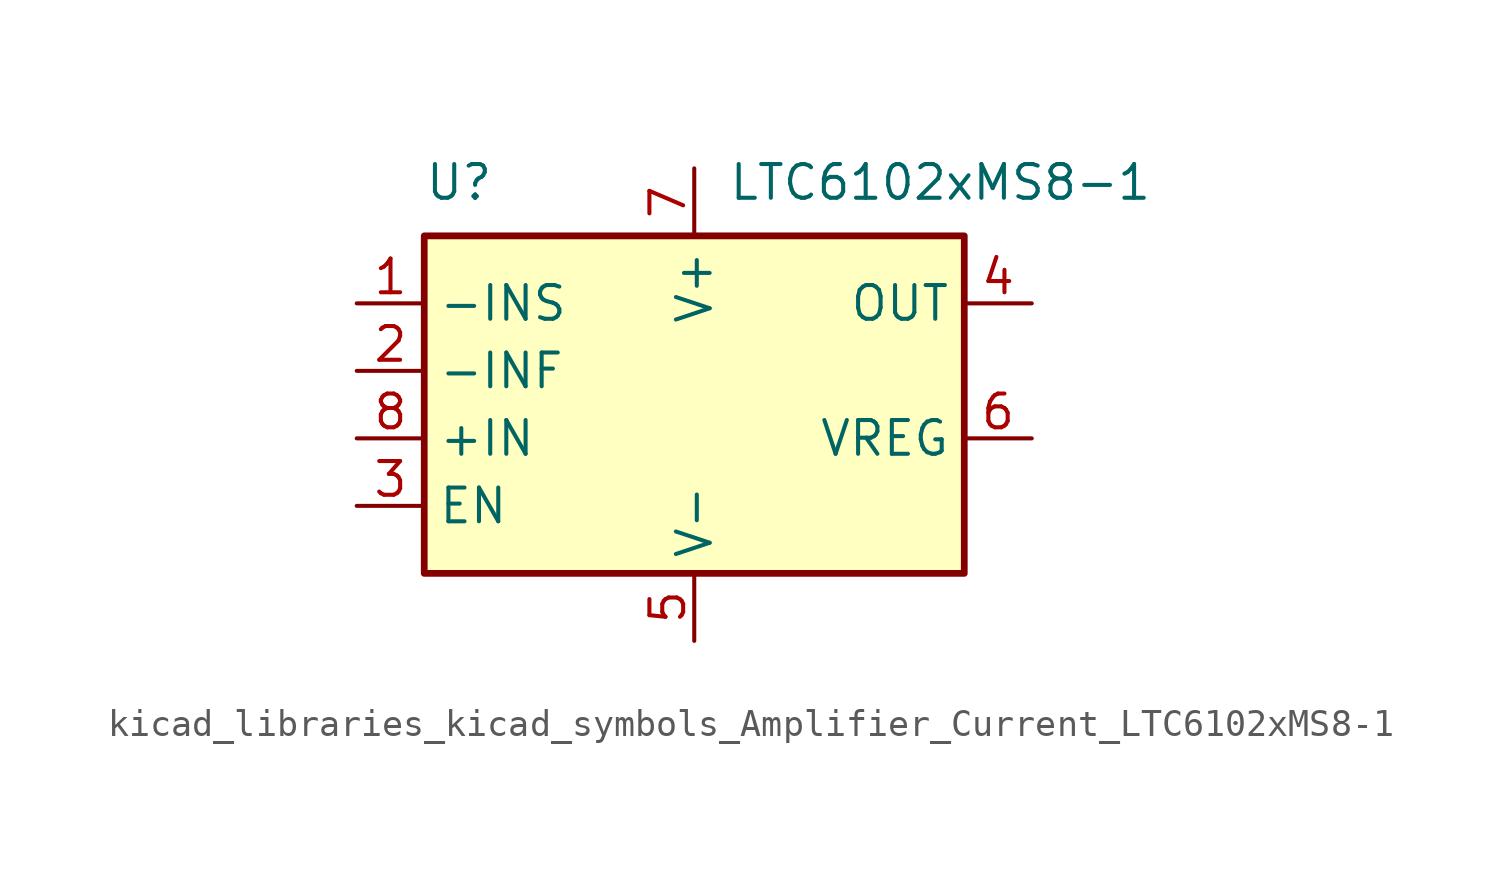
<source format=kicad_sym>
(kicad_symbol_lib
  (version 20220914)
  (generator kicad_symbol_editor)
  (symbol "kicad_libraries_kicad_symbols_Amplifier_Current_LTC6102xMS8-1"
    (property "Reference" "U"
      (at -10.16 8.89 0)
      (effects (font (size 1.27 1.27)) (justify left bottom)))
    (property "Value" "LTC6102xMS8-1"
      (at 1.27 8.89 0)
      (effects (font (size 1.27 1.27)) (justify left bottom)))
    (symbol "kicad_libraries_kicad_symbols_Amplifier_Current_LTC6102xMS8-1_0_1"
      (rectangle (start -10.16 7.62) (end 10.16 -5.08) (stroke (width 0.254) (type default)) (fill (type background))))
    (symbol "kicad_libraries_kicad_symbols_Amplifier_Current_LTC6102xMS8-1_1_1"
      (pin input line (at -12.7 5.08 0) (length 2.54) (name "-INS" (effects (font (size 1.27 1.27)))) (number "1" (effects (font (size 1.27 1.27)))))
      (pin input line (at -12.7 2.54 0) (length 2.54) (name "-INF" (effects (font (size 1.27 1.27)))) (number "2" (effects (font (size 1.27 1.27)))))
      (pin input line (at -12.7 -2.54 0) (length 2.54) (name "EN" (effects (font (size 1.27 1.27)))) (number "3" (effects (font (size 1.27 1.27)))))
      (pin output line (at 12.7 5.08 180) (length 2.54) (name "OUT" (effects (font (size 1.27 1.27)))) (number "4" (effects (font (size 1.27 1.27)))))
      (pin power_in line (at 0 -7.62 90) (length 2.54) (name "V-" (effects (font (size 1.27 1.27)))) (number "5" (effects (font (size 1.27 1.27)))))
      (pin output line (at 12.7 0 180) (length 2.54) (name "VREG" (effects (font (size 1.27 1.27)))) (number "6" (effects (font (size 1.27 1.27)))))
      (pin power_in line (at 0 10.16 270) (length 2.54) (name "V+" (effects (font (size 1.27 1.27)))) (number "7" (effects (font (size 1.27 1.27)))))
      (pin input line (at -12.7 0 0) (length 2.54) (name "+IN" (effects (font (size 1.27 1.27)))) (number "8" (effects (font (size 1.27 1.27))))))))
</source>
